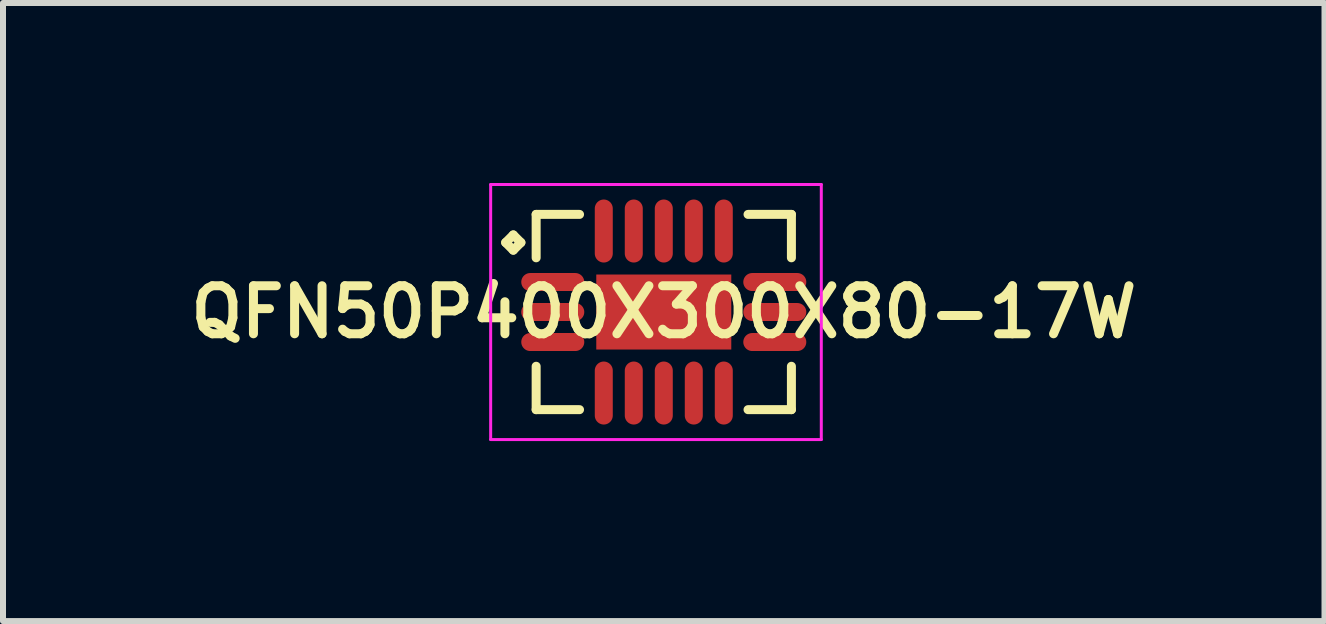
<source format=kicad_pcb>
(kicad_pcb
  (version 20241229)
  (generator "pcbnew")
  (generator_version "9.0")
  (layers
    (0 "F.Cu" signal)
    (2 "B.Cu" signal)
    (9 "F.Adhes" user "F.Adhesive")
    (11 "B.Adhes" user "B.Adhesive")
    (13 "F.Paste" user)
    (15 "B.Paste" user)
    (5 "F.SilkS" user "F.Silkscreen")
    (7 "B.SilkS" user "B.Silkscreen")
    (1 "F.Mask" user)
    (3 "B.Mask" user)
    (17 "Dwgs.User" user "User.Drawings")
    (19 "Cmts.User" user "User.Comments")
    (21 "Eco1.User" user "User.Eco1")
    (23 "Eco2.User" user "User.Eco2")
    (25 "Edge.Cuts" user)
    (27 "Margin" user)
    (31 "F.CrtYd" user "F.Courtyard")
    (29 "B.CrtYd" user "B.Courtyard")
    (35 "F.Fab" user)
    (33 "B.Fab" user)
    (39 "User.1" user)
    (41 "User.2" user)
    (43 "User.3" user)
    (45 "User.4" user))
  (footprint "QFN50P400X300X80-17W"
    (layer "F.Cu")
    (at 8.012 2.15)
    (property "Reference" "QFN50P400X300X80-17W" (at 0 0 0) (layer "F.SilkS") (effects (font (size 0.8 0.8) (thickness 0.15))))
    (attr smd)
    (fp_line (start -2.635 -1.158) (end -2.508 -1.285) (stroke (width 0.15) (type solid)) (layer "F.SilkS"))
    (fp_line (start -2.508 -1.285) (end -2.381 -1.158) (stroke (width 0.15) (type solid)) (layer "F.SilkS"))
    (fp_line (start -2.508 -1.031) (end -2.635 -1.158) (stroke (width 0.15) (type solid)) (layer "F.SilkS"))
    (fp_line (start -2.381 -1.158) (end -2.508 -1.031) (stroke (width 0.15) (type solid)) (layer "F.SilkS"))
    (fp_line (start -2.127 -1.627) (end -1.404 -1.627) (stroke (width 0.15) (type solid)) (layer "F.SilkS"))
    (fp_line (start -2.127 -0.904) (end -2.127 -1.627) (stroke (width 0.15) (type solid)) (layer "F.SilkS"))
    (fp_line (start -2.127 0.904) (end -2.127 1.627) (stroke (width 0.15) (type solid)) (layer "F.SilkS"))
    (fp_line (start -2.127 1.627) (end -1.404 1.627) (stroke (width 0.15) (type solid)) (layer "F.SilkS"))
    (fp_line (start 1.404 -1.627) (end 2.127 -1.627) (stroke (width 0.15) (type solid)) (layer "F.SilkS"))
    (fp_line (start 1.404 1.627) (end 2.127 1.627) (stroke (width 0.15) (type solid)) (layer "F.SilkS"))
    (fp_line (start 2.127 -1.627) (end 2.127 -0.904) (stroke (width 0.15) (type solid)) (layer "F.SilkS"))
    (fp_line (start 2.127 1.627) (end 2.127 0.904) (stroke (width 0.15) (type solid)) (layer "F.SilkS"))
    (fp_line (start -2.885 -2.125) (end 2.625 -2.125) (stroke (width 0.05) (type solid)) (layer "F.CrtYd"))
    (fp_line (start -2.885 2.125) (end -2.885 -2.125) (stroke (width 0.05) (type solid)) (layer "F.CrtYd"))
    (fp_line (start 2.625 -2.125) (end 2.625 2.125) (stroke (width 0.05) (type solid)) (layer "F.CrtYd"))
    (fp_line (start 2.625 2.125) (end -2.885 2.125) (stroke (width 0.05) (type solid)) (layer "F.CrtYd"))
    (pad "1" smd oval (at -1.85 -0.5) (size 1.05 0.3) (layers "F.Cu" "F.Mask" "F.Paste"))
    (pad "2" smd oval (at -1.85 0) (size 1.05 0.3) (layers "F.Cu" "F.Mask" "F.Paste"))
    (pad "3" smd oval (at -1.85 0.5) (size 1.05 0.3) (layers "F.Cu" "F.Mask" "F.Paste"))
    (pad "4" smd oval (at -1 1.35) (size 0.3 1.05) (layers "F.Cu" "F.Mask" "F.Paste"))
    (pad "5" smd oval (at -0.5 1.35) (size 0.3 1.05) (layers "F.Cu" "F.Mask" "F.Paste"))
    (pad "6" smd oval (at 0 1.35) (size 0.3 1.05) (layers "F.Cu" "F.Mask" "F.Paste"))
    (pad "7" smd oval (at 0.5 1.35) (size 0.3 1.05) (layers "F.Cu" "F.Mask" "F.Paste"))
    (pad "8" smd oval (at 1 1.35) (size 0.3 1.05) (layers "F.Cu" "F.Mask" "F.Paste"))
    (pad "9" smd oval (at 1.85 0.5) (size 1.05 0.3) (layers "F.Cu" "F.Mask" "F.Paste"))
    (pad "10" smd oval (at 1.85 0) (size 1.05 0.3) (layers "F.Cu" "F.Mask" "F.Paste"))
    (pad "11" smd oval (at 1.85 -0.5) (size 1.05 0.3) (layers "F.Cu" "F.Mask" "F.Paste"))
    (pad "12" smd oval (at 1 -1.35) (size 0.3 1.05) (layers "F.Cu" "F.Mask" "F.Paste"))
    (pad "13" smd oval (at 0.5 -1.35) (size 0.3 1.05) (layers "F.Cu" "F.Mask" "F.Paste"))
    (pad "14" smd oval (at 0 -1.35) (size 0.3 1.05) (layers "F.Cu" "F.Mask" "F.Paste"))
    (pad "15" smd oval (at -0.5 -1.35) (size 0.3 1.05) (layers "F.Cu" "F.Mask" "F.Paste"))
    (pad "16" smd oval (at -1 -1.35) (size 0.3 1.05) (layers "F.Cu" "F.Mask" "F.Paste"))
    (pad "17" smd rect (at 0 0) (size 2.25 1.25) (layers "F.Cu" "F.Mask" "F.Paste")))
  (gr_rect
    (start -3 -3)
    (end 19.023 7.3)
    (stroke (width 0.1) (type default))
    (fill no)
    (layer "Edge.Cuts")))
</source>
